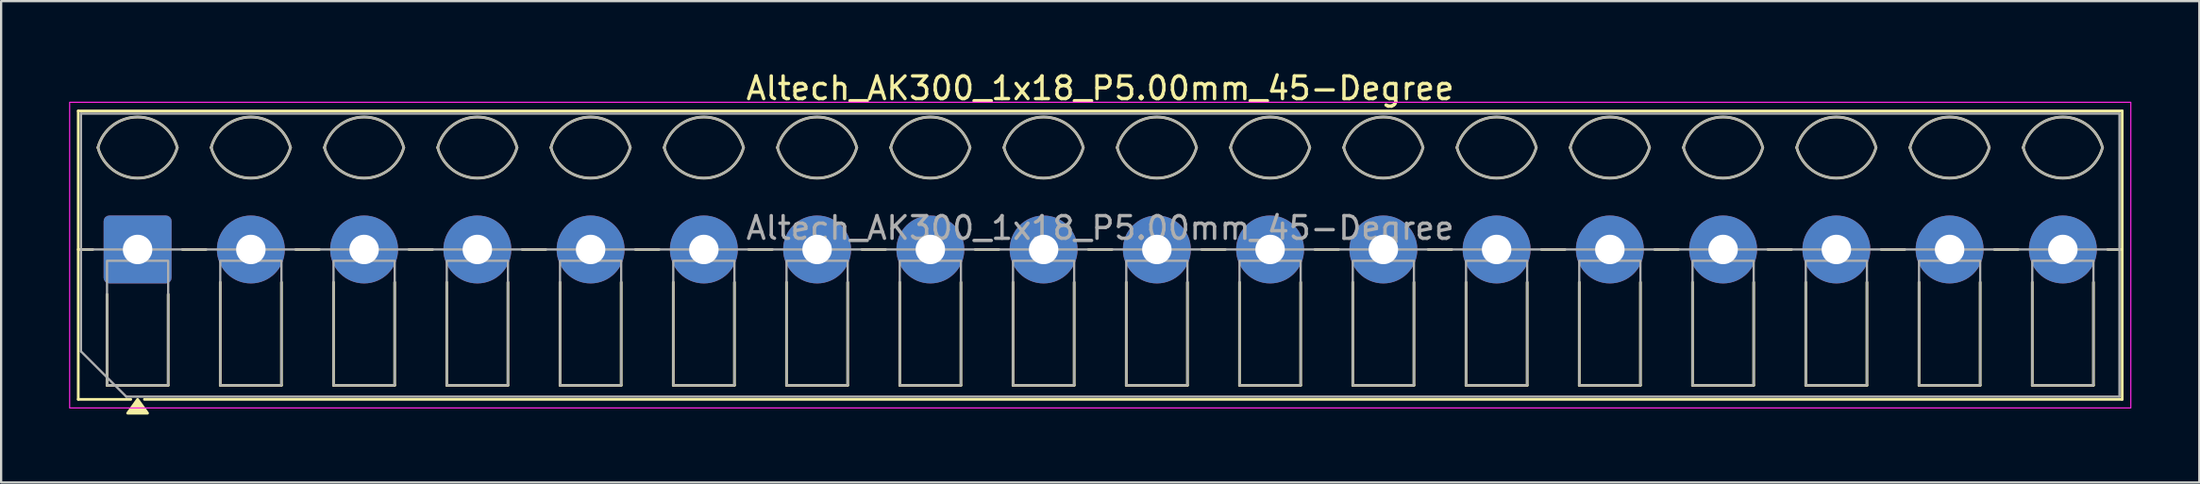
<source format=kicad_pcb>
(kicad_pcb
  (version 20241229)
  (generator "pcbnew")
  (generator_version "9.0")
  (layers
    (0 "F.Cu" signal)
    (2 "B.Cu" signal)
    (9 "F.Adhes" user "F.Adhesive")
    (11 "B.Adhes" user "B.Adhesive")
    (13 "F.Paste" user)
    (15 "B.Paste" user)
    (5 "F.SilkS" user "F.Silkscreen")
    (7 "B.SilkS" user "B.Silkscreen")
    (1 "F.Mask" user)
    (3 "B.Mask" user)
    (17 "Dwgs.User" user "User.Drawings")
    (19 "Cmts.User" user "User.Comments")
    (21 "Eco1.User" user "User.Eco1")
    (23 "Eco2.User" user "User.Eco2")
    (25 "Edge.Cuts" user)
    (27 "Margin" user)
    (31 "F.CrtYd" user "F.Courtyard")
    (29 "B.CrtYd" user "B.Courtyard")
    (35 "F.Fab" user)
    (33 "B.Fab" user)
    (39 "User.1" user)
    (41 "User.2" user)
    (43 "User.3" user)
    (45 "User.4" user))
  (footprint "Altech_AK300_1x18_P5.00mm_45-Degree"
    (layer "F.Cu")
    (at 3.025 7.968)
    (property "Reference" "Altech_AK300_1x18_P5.00mm_45-Degree" (at 42.5 -7.12 0) (layer "F.SilkS") (effects (font (size 1 1) (thickness 0.15))))
    (attr through_hole)
    (fp_line (start -2.62 -6.12) (end 87.62 -6.12) (stroke (width 0.12) (type solid)) (layer "F.SilkS"))
    (fp_line (start -2.62 0) (end -1.98 0) (stroke (width 0.12) (type solid)) (layer "F.SilkS"))
    (fp_line (start -2.62 6.62) (end -2.62 -6.12) (stroke (width 0.12) (type solid)) (layer "F.SilkS"))
    (fp_line (start -1.35 6) (end -1.35 1.98) (stroke (width 0.12) (type solid)) (layer "F.SilkS"))
    (fp_line (start -0.3 6.62) (end -2.62 6.62) (stroke (width 0.12) (type solid)) (layer "F.SilkS"))
    (fp_line (start 1.35 1.98) (end 1.35 6) (stroke (width 0.12) (type solid)) (layer "F.SilkS"))
    (fp_line (start 1.35 6) (end -1.35 6) (stroke (width 0.12) (type solid)) (layer "F.SilkS"))
    (fp_line (start 1.98 0) (end 3.02 0) (stroke (width 0.12) (type solid)) (layer "F.SilkS"))
    (fp_line (start 3.65 6) (end 3.65 1.448) (stroke (width 0.12) (type solid)) (layer "F.SilkS"))
    (fp_line (start 6.35 1.448) (end 6.35 6) (stroke (width 0.12) (type solid)) (layer "F.SilkS"))
    (fp_line (start 6.35 6) (end 3.65 6) (stroke (width 0.12) (type solid)) (layer "F.SilkS"))
    (fp_line (start 6.98 0) (end 8.02 0) (stroke (width 0.12) (type solid)) (layer "F.SilkS"))
    (fp_line (start 8.65 6) (end 8.65 1.448) (stroke (width 0.12) (type solid)) (layer "F.SilkS"))
    (fp_line (start 11.35 1.448) (end 11.35 6) (stroke (width 0.12) (type solid)) (layer "F.SilkS"))
    (fp_line (start 11.35 6) (end 8.65 6) (stroke (width 0.12) (type solid)) (layer "F.SilkS"))
    (fp_line (start 11.98 0) (end 13.02 0) (stroke (width 0.12) (type solid)) (layer "F.SilkS"))
    (fp_line (start 13.65 6) (end 13.65 1.448) (stroke (width 0.12) (type solid)) (layer "F.SilkS"))
    (fp_line (start 16.35 1.448) (end 16.35 6) (stroke (width 0.12) (type solid)) (layer "F.SilkS"))
    (fp_line (start 16.35 6) (end 13.65 6) (stroke (width 0.12) (type solid)) (layer "F.SilkS"))
    (fp_line (start 16.98 0) (end 18.02 0) (stroke (width 0.12) (type solid)) (layer "F.SilkS"))
    (fp_line (start 18.65 6) (end 18.65 1.448) (stroke (width 0.12) (type solid)) (layer "F.SilkS"))
    (fp_line (start 21.35 1.448) (end 21.35 6) (stroke (width 0.12) (type solid)) (layer "F.SilkS"))
    (fp_line (start 21.35 6) (end 18.65 6) (stroke (width 0.12) (type solid)) (layer "F.SilkS"))
    (fp_line (start 21.98 0) (end 23.02 0) (stroke (width 0.12) (type solid)) (layer "F.SilkS"))
    (fp_line (start 23.65 6) (end 23.65 1.448) (stroke (width 0.12) (type solid)) (layer "F.SilkS"))
    (fp_line (start 26.35 1.448) (end 26.35 6) (stroke (width 0.12) (type solid)) (layer "F.SilkS"))
    (fp_line (start 26.35 6) (end 23.65 6) (stroke (width 0.12) (type solid)) (layer "F.SilkS"))
    (fp_line (start 26.98 0) (end 28.02 0) (stroke (width 0.12) (type solid)) (layer "F.SilkS"))
    (fp_line (start 28.65 6) (end 28.65 1.448) (stroke (width 0.12) (type solid)) (layer "F.SilkS"))
    (fp_line (start 31.35 1.448) (end 31.35 6) (stroke (width 0.12) (type solid)) (layer "F.SilkS"))
    (fp_line (start 31.35 6) (end 28.65 6) (stroke (width 0.12) (type solid)) (layer "F.SilkS"))
    (fp_line (start 31.98 0) (end 33.02 0) (stroke (width 0.12) (type solid)) (layer "F.SilkS"))
    (fp_line (start 33.65 6) (end 33.65 1.448) (stroke (width 0.12) (type solid)) (layer "F.SilkS"))
    (fp_line (start 36.35 1.448) (end 36.35 6) (stroke (width 0.12) (type solid)) (layer "F.SilkS"))
    (fp_line (start 36.35 6) (end 33.65 6) (stroke (width 0.12) (type solid)) (layer "F.SilkS"))
    (fp_line (start 36.98 0) (end 38.02 0) (stroke (width 0.12) (type solid)) (layer "F.SilkS"))
    (fp_line (start 38.65 6) (end 38.65 1.448) (stroke (width 0.12) (type solid)) (layer "F.SilkS"))
    (fp_line (start 41.35 1.448) (end 41.35 6) (stroke (width 0.12) (type solid)) (layer "F.SilkS"))
    (fp_line (start 41.35 6) (end 38.65 6) (stroke (width 0.12) (type solid)) (layer "F.SilkS"))
    (fp_line (start 41.98 0) (end 43.02 0) (stroke (width 0.12) (type solid)) (layer "F.SilkS"))
    (fp_line (start 43.65 6) (end 43.65 1.448) (stroke (width 0.12) (type solid)) (layer "F.SilkS"))
    (fp_line (start 46.35 1.448) (end 46.35 6) (stroke (width 0.12) (type solid)) (layer "F.SilkS"))
    (fp_line (start 46.35 6) (end 43.65 6) (stroke (width 0.12) (type solid)) (layer "F.SilkS"))
    (fp_line (start 46.98 0) (end 48.02 0) (stroke (width 0.12) (type solid)) (layer "F.SilkS"))
    (fp_line (start 48.65 6) (end 48.65 1.448) (stroke (width 0.12) (type solid)) (layer "F.SilkS"))
    (fp_line (start 51.35 1.448) (end 51.35 6) (stroke (width 0.12) (type solid)) (layer "F.SilkS"))
    (fp_line (start 51.35 6) (end 48.65 6) (stroke (width 0.12) (type solid)) (layer "F.SilkS"))
    (fp_line (start 51.98 0) (end 53.02 0) (stroke (width 0.12) (type solid)) (layer "F.SilkS"))
    (fp_line (start 53.65 6) (end 53.65 1.448) (stroke (width 0.12) (type solid)) (layer "F.SilkS"))
    (fp_line (start 56.35 1.448) (end 56.35 6) (stroke (width 0.12) (type solid)) (layer "F.SilkS"))
    (fp_line (start 56.35 6) (end 53.65 6) (stroke (width 0.12) (type solid)) (layer "F.SilkS"))
    (fp_line (start 56.98 0) (end 58.02 0) (stroke (width 0.12) (type solid)) (layer "F.SilkS"))
    (fp_line (start 58.65 6) (end 58.65 1.448) (stroke (width 0.12) (type solid)) (layer "F.SilkS"))
    (fp_line (start 61.35 1.448) (end 61.35 6) (stroke (width 0.12) (type solid)) (layer "F.SilkS"))
    (fp_line (start 61.35 6) (end 58.65 6) (stroke (width 0.12) (type solid)) (layer "F.SilkS"))
    (fp_line (start 61.98 0) (end 63.02 0) (stroke (width 0.12) (type solid)) (layer "F.SilkS"))
    (fp_line (start 63.65 6) (end 63.65 1.448) (stroke (width 0.12) (type solid)) (layer "F.SilkS"))
    (fp_line (start 66.35 1.448) (end 66.35 6) (stroke (width 0.12) (type solid)) (layer "F.SilkS"))
    (fp_line (start 66.35 6) (end 63.65 6) (stroke (width 0.12) (type solid)) (layer "F.SilkS"))
    (fp_line (start 66.98 0) (end 68.02 0) (stroke (width 0.12) (type solid)) (layer "F.SilkS"))
    (fp_line (start 68.65 6) (end 68.65 1.448) (stroke (width 0.12) (type solid)) (layer "F.SilkS"))
    (fp_line (start 71.35 1.448) (end 71.35 6) (stroke (width 0.12) (type solid)) (layer "F.SilkS"))
    (fp_line (start 71.35 6) (end 68.65 6) (stroke (width 0.12) (type solid)) (layer "F.SilkS"))
    (fp_line (start 71.98 0) (end 73.02 0) (stroke (width 0.12) (type solid)) (layer "F.SilkS"))
    (fp_line (start 73.65 6) (end 73.65 1.448) (stroke (width 0.12) (type solid)) (layer "F.SilkS"))
    (fp_line (start 76.35 1.448) (end 76.35 6) (stroke (width 0.12) (type solid)) (layer "F.SilkS"))
    (fp_line (start 76.35 6) (end 73.65 6) (stroke (width 0.12) (type solid)) (layer "F.SilkS"))
    (fp_line (start 76.98 0) (end 78.02 0) (stroke (width 0.12) (type solid)) (layer "F.SilkS"))
    (fp_line (start 78.65 6) (end 78.65 1.448) (stroke (width 0.12) (type solid)) (layer "F.SilkS"))
    (fp_line (start 81.35 1.448) (end 81.35 6) (stroke (width 0.12) (type solid)) (layer "F.SilkS"))
    (fp_line (start 81.35 6) (end 78.65 6) (stroke (width 0.12) (type solid)) (layer "F.SilkS"))
    (fp_line (start 81.98 0) (end 83.02 0) (stroke (width 0.12) (type solid)) (layer "F.SilkS"))
    (fp_line (start 83.65 6) (end 83.65 1.448) (stroke (width 0.12) (type solid)) (layer "F.SilkS"))
    (fp_line (start 86.35 1.448) (end 86.35 6) (stroke (width 0.12) (type solid)) (layer "F.SilkS"))
    (fp_line (start 86.35 6) (end 83.65 6) (stroke (width 0.12) (type solid)) (layer "F.SilkS"))
    (fp_line (start 86.98 0) (end 87.62 0) (stroke (width 0.12) (type solid)) (layer "F.SilkS"))
    (fp_line (start 87.62 -6.12) (end 87.62 6.62) (stroke (width 0.12) (type solid)) (layer "F.SilkS"))
    (fp_line (start 87.62 6.62) (end 0.3 6.62) (stroke (width 0.12) (type solid)) (layer "F.SilkS"))
    (fp_arc (start -1.75 -4.5) (mid 0 -5.85) (end 1.75 -4.5) (stroke (width 0.12) (type solid)) (layer "F.SilkS"))
    (fp_arc (start 1.75 -4.5) (mid 0 -3.15) (end -1.75 -4.5) (stroke (width 0.12) (type solid)) (layer "F.SilkS"))
    (fp_arc (start 3.25 -4.5) (mid 5 -5.85) (end 6.75 -4.5) (stroke (width 0.12) (type solid)) (layer "F.SilkS"))
    (fp_arc (start 6.75 -4.5) (mid 5 -3.15) (end 3.25 -4.5) (stroke (width 0.12) (type solid)) (layer "F.SilkS"))
    (fp_arc (start 8.25 -4.5) (mid 10 -5.85) (end 11.75 -4.5) (stroke (width 0.12) (type solid)) (layer "F.SilkS"))
    (fp_arc (start 11.75 -4.5) (mid 10 -3.15) (end 8.25 -4.5) (stroke (width 0.12) (type solid)) (layer "F.SilkS"))
    (fp_arc (start 13.25 -4.5) (mid 15 -5.85) (end 16.75 -4.5) (stroke (width 0.12) (type solid)) (layer "F.SilkS"))
    (fp_arc (start 16.75 -4.5) (mid 15 -3.15) (end 13.25 -4.5) (stroke (width 0.12) (type solid)) (layer "F.SilkS"))
    (fp_arc (start 18.25 -4.5) (mid 20 -5.85) (end 21.75 -4.5) (stroke (width 0.12) (type solid)) (layer "F.SilkS"))
    (fp_arc (start 21.75 -4.5) (mid 20 -3.15) (end 18.25 -4.5) (stroke (width 0.12) (type solid)) (layer "F.SilkS"))
    (fp_arc (start 23.25 -4.5) (mid 25 -5.85) (end 26.75 -4.5) (stroke (width 0.12) (type solid)) (layer "F.SilkS"))
    (fp_arc (start 26.75 -4.5) (mid 25 -3.15) (end 23.25 -4.5) (stroke (width 0.12) (type solid)) (layer "F.SilkS"))
    (fp_arc (start 28.25 -4.5) (mid 30 -5.85) (end 31.75 -4.5) (stroke (width 0.12) (type solid)) (layer "F.SilkS"))
    (fp_arc (start 31.75 -4.5) (mid 30 -3.15) (end 28.25 -4.5) (stroke (width 0.12) (type solid)) (layer "F.SilkS"))
    (fp_arc (start 33.25 -4.5) (mid 35 -5.85) (end 36.75 -4.5) (stroke (width 0.12) (type solid)) (layer "F.SilkS"))
    (fp_arc (start 36.75 -4.5) (mid 35 -3.15) (end 33.25 -4.5) (stroke (width 0.12) (type solid)) (layer "F.SilkS"))
    (fp_arc (start 38.25 -4.5) (mid 40 -5.85) (end 41.75 -4.5) (stroke (width 0.12) (type solid)) (layer "F.SilkS"))
    (fp_arc (start 41.75 -4.5) (mid 40 -3.15) (end 38.25 -4.5) (stroke (width 0.12) (type solid)) (layer "F.SilkS"))
    (fp_arc (start 43.25 -4.5) (mid 45 -5.85) (end 46.75 -4.5) (stroke (width 0.12) (type solid)) (layer "F.SilkS"))
    (fp_arc (start 46.75 -4.5) (mid 45 -3.15) (end 43.25 -4.5) (stroke (width 0.12) (type solid)) (layer "F.SilkS"))
    (fp_arc (start 48.25 -4.5) (mid 50 -5.85) (end 51.75 -4.5) (stroke (width 0.12) (type solid)) (layer "F.SilkS"))
    (fp_arc (start 51.75 -4.5) (mid 50 -3.15) (end 48.25 -4.5) (stroke (width 0.12) (type solid)) (layer "F.SilkS"))
    (fp_arc (start 53.25 -4.5) (mid 55 -5.85) (end 56.75 -4.5) (stroke (width 0.12) (type solid)) (layer "F.SilkS"))
    (fp_arc (start 56.75 -4.5) (mid 55 -3.15) (end 53.25 -4.5) (stroke (width 0.12) (type solid)) (layer "F.SilkS"))
    (fp_arc (start 58.25 -4.5) (mid 60 -5.85) (end 61.75 -4.5) (stroke (width 0.12) (type solid)) (layer "F.SilkS"))
    (fp_arc (start 61.75 -4.5) (mid 60 -3.15) (end 58.25 -4.5) (stroke (width 0.12) (type solid)) (layer "F.SilkS"))
    (fp_arc (start 63.25 -4.5) (mid 65 -5.85) (end 66.75 -4.5) (stroke (width 0.12) (type solid)) (layer "F.SilkS"))
    (fp_arc (start 66.75 -4.5) (mid 65 -3.15) (end 63.25 -4.5) (stroke (width 0.12) (type solid)) (layer "F.SilkS"))
    (fp_arc (start 68.25 -4.5) (mid 70 -5.85) (end 71.75 -4.5) (stroke (width 0.12) (type solid)) (layer "F.SilkS"))
    (fp_arc (start 71.75 -4.5) (mid 70 -3.15) (end 68.25 -4.5) (stroke (width 0.12) (type solid)) (layer "F.SilkS"))
    (fp_arc (start 73.25 -4.5) (mid 75 -5.85) (end 76.75 -4.5) (stroke (width 0.12) (type solid)) (layer "F.SilkS"))
    (fp_arc (start 76.75 -4.5) (mid 75 -3.15) (end 73.25 -4.5) (stroke (width 0.12) (type solid)) (layer "F.SilkS"))
    (fp_arc (start 78.25 -4.5) (mid 80 -5.85) (end 81.75 -4.5) (stroke (width 0.12) (type solid)) (layer "F.SilkS"))
    (fp_arc (start 81.75 -4.5) (mid 80 -3.15) (end 78.25 -4.5) (stroke (width 0.12) (type solid)) (layer "F.SilkS"))
    (fp_arc (start 83.25 -4.5) (mid 85 -5.85) (end 86.75 -4.5) (stroke (width 0.12) (type solid)) (layer "F.SilkS"))
    (fp_arc (start 86.75 -4.5) (mid 85 -3.15) (end 83.25 -4.5) (stroke (width 0.12) (type solid)) (layer "F.SilkS"))
    (fp_poly (pts (xy 0 6.62) (xy 0.44 7.23) (xy -0.44 7.23)) (stroke (width 0.12) (type solid)) (fill yes) (layer "F.SilkS"))
    (fp_rect (start -3 -6.5) (end 88 7) (stroke (width 0.05) (type solid)) (fill no) (layer "F.CrtYd"))
    (fp_line (start -2.5 -6) (end 87.5 -6) (stroke (width 0.1) (type solid)) (layer "F.Fab"))
    (fp_line (start -2.5 0) (end 87.5 0) (stroke (width 0.1) (type solid)) (layer "F.Fab"))
    (fp_line (start -2.5 4.5) (end -2.5 -6) (stroke (width 0.1) (type solid)) (layer "F.Fab"))
    (fp_line (start -0.5 6.5) (end -2.5 4.5) (stroke (width 0.1) (type solid)) (layer "F.Fab"))
    (fp_line (start 87.5 -6) (end 87.5 6.5) (stroke (width 0.1) (type solid)) (layer "F.Fab"))
    (fp_line (start 87.5 6.5) (end -0.5 6.5) (stroke (width 0.1) (type solid)) (layer "F.Fab"))
    (fp_rect (start -1.35 0.5) (end 1.35 6) (stroke (width 0.1) (type solid)) (fill no) (layer "F.Fab"))
    (fp_rect (start 3.65 0.5) (end 6.35 6) (stroke (width 0.1) (type solid)) (fill no) (layer "F.Fab"))
    (fp_rect (start 8.65 0.5) (end 11.351 6) (stroke (width 0.1) (type solid)) (fill no) (layer "F.Fab"))
    (fp_rect (start 13.65 0.5) (end 16.351 6) (stroke (width 0.1) (type solid)) (fill no) (layer "F.Fab"))
    (fp_rect (start 18.65 0.5) (end 21.35 6) (stroke (width 0.1) (type solid)) (fill no) (layer "F.Fab"))
    (fp_rect (start 23.65 0.5) (end 26.35 6) (stroke (width 0.1) (type solid)) (fill no) (layer "F.Fab"))
    (fp_rect (start 28.65 0.5) (end 31.35 6) (stroke (width 0.1) (type solid)) (fill no) (layer "F.Fab"))
    (fp_rect (start 33.65 0.5) (end 36.35 6) (stroke (width 0.1) (type solid)) (fill no) (layer "F.Fab"))
    (fp_rect (start 38.65 0.5) (end 41.35 6) (stroke (width 0.1) (type solid)) (fill no) (layer "F.Fab"))
    (fp_rect (start 43.65 0.5) (end 46.35 6) (stroke (width 0.1) (type solid)) (fill no) (layer "F.Fab"))
    (fp_rect (start 48.65 0.5) (end 51.35 6) (stroke (width 0.1) (type solid)) (fill no) (layer "F.Fab"))
    (fp_rect (start 53.65 0.5) (end 56.35 6) (stroke (width 0.1) (type solid)) (fill no) (layer "F.Fab"))
    (fp_rect (start 58.65 0.5) (end 61.35 6) (stroke (width 0.1) (type solid)) (fill no) (layer "F.Fab"))
    (fp_rect (start 63.65 0.5) (end 66.35 6) (stroke (width 0.1) (type solid)) (fill no) (layer "F.Fab"))
    (fp_rect (start 68.65 0.5) (end 71.35 6) (stroke (width 0.1) (type solid)) (fill no) (layer "F.Fab"))
    (fp_rect (start 73.65 0.5) (end 76.35 6) (stroke (width 0.1) (type solid)) (fill no) (layer "F.Fab"))
    (fp_rect (start 78.65 0.5) (end 81.35 6) (stroke (width 0.1) (type solid)) (fill no) (layer "F.Fab"))
    (fp_rect (start 83.65 0.5) (end 86.35 6) (stroke (width 0.1) (type solid)) (fill no) (layer "F.Fab"))
    (fp_arc (start -1.75 -4.5) (mid 0 -5.85) (end 1.75 -4.5) (stroke (width 0.1) (type solid)) (layer "F.Fab"))
    (fp_arc (start 1.75 -4.5) (mid 0 -3.15) (end -1.75 -4.5) (stroke (width 0.1) (type solid)) (layer "F.Fab"))
    (fp_arc (start 3.25 -4.5) (mid 5 -5.85) (end 6.75 -4.5) (stroke (width 0.1) (type solid)) (layer "F.Fab"))
    (fp_arc (start 6.75 -4.5) (mid 5 -3.15) (end 3.25 -4.5) (stroke (width 0.1) (type solid)) (layer "F.Fab"))
    (fp_arc (start 8.25 -4.5) (mid 10 -5.85) (end 11.75 -4.5) (stroke (width 0.1) (type solid)) (layer "F.Fab"))
    (fp_arc (start 11.75 -4.5) (mid 10 -3.15) (end 8.25 -4.5) (stroke (width 0.1) (type solid)) (layer "F.Fab"))
    (fp_arc (start 13.25 -4.5) (mid 15 -5.85) (end 16.75 -4.5) (stroke (width 0.1) (type solid)) (layer "F.Fab"))
    (fp_arc (start 16.75 -4.5) (mid 15 -3.15) (end 13.25 -4.5) (stroke (width 0.1) (type solid)) (layer "F.Fab"))
    (fp_arc (start 18.25 -4.5) (mid 20 -5.85) (end 21.75 -4.5) (stroke (width 0.1) (type solid)) (layer "F.Fab"))
    (fp_arc (start 21.75 -4.5) (mid 20 -3.15) (end 18.25 -4.5) (stroke (width 0.1) (type solid)) (layer "F.Fab"))
    (fp_arc (start 23.25 -4.5) (mid 25 -5.85) (end 26.75 -4.5) (stroke (width 0.1) (type solid)) (layer "F.Fab"))
    (fp_arc (start 26.75 -4.5) (mid 25 -3.15) (end 23.25 -4.5) (stroke (width 0.1) (type solid)) (layer "F.Fab"))
    (fp_arc (start 28.25 -4.5) (mid 30 -5.85) (end 31.75 -4.5) (stroke (width 0.1) (type solid)) (layer "F.Fab"))
    (fp_arc (start 31.75 -4.5) (mid 30 -3.15) (end 28.25 -4.5) (stroke (width 0.1) (type solid)) (layer "F.Fab"))
    (fp_arc (start 33.25 -4.5) (mid 35 -5.85) (end 36.75 -4.5) (stroke (width 0.1) (type solid)) (layer "F.Fab"))
    (fp_arc (start 36.75 -4.5) (mid 35 -3.15) (end 33.25 -4.5) (stroke (width 0.1) (type solid)) (layer "F.Fab"))
    (fp_arc (start 38.25 -4.5) (mid 40 -5.85) (end 41.75 -4.5) (stroke (width 0.1) (type solid)) (layer "F.Fab"))
    (fp_arc (start 41.75 -4.5) (mid 40 -3.15) (end 38.25 -4.5) (stroke (width 0.1) (type solid)) (layer "F.Fab"))
    (fp_arc (start 43.25 -4.5) (mid 45 -5.85) (end 46.75 -4.5) (stroke (width 0.1) (type solid)) (layer "F.Fab"))
    (fp_arc (start 46.75 -4.5) (mid 45 -3.15) (end 43.25 -4.5) (stroke (width 0.1) (type solid)) (layer "F.Fab"))
    (fp_arc (start 48.25 -4.5) (mid 50 -5.85) (end 51.75 -4.5) (stroke (width 0.1) (type solid)) (layer "F.Fab"))
    (fp_arc (start 51.75 -4.5) (mid 50 -3.15) (end 48.25 -4.5) (stroke (width 0.1) (type solid)) (layer "F.Fab"))
    (fp_arc (start 53.25 -4.5) (mid 55 -5.85) (end 56.75 -4.5) (stroke (width 0.1) (type solid)) (layer "F.Fab"))
    (fp_arc (start 56.75 -4.5) (mid 55 -3.15) (end 53.25 -4.5) (stroke (width 0.1) (type solid)) (layer "F.Fab"))
    (fp_arc (start 58.25 -4.5) (mid 60 -5.85) (end 61.75 -4.5) (stroke (width 0.1) (type solid)) (layer "F.Fab"))
    (fp_arc (start 61.75 -4.5) (mid 60 -3.15) (end 58.25 -4.5) (stroke (width 0.1) (type solid)) (layer "F.Fab"))
    (fp_arc (start 63.25 -4.5) (mid 65 -5.85) (end 66.75 -4.5) (stroke (width 0.1) (type solid)) (layer "F.Fab"))
    (fp_arc (start 66.75 -4.5) (mid 65 -3.15) (end 63.25 -4.5) (stroke (width 0.1) (type solid)) (layer "F.Fab"))
    (fp_arc (start 68.25 -4.5) (mid 70 -5.85) (end 71.75 -4.5) (stroke (width 0.1) (type solid)) (layer "F.Fab"))
    (fp_arc (start 71.75 -4.5) (mid 70 -3.15) (end 68.25 -4.5) (stroke (width 0.1) (type solid)) (layer "F.Fab"))
    (fp_arc (start 73.25 -4.5) (mid 75 -5.85) (end 76.75 -4.5) (stroke (width 0.1) (type solid)) (layer "F.Fab"))
    (fp_arc (start 76.75 -4.5) (mid 75 -3.15) (end 73.25 -4.5) (stroke (width 0.1) (type solid)) (layer "F.Fab"))
    (fp_arc (start 78.25 -4.5) (mid 80 -5.85) (end 81.75 -4.5) (stroke (width 0.1) (type solid)) (layer "F.Fab"))
    (fp_arc (start 81.75 -4.5) (mid 80 -3.15) (end 78.25 -4.5) (stroke (width 0.1) (type solid)) (layer "F.Fab"))
    (fp_arc (start 83.25 -4.5) (mid 85 -5.85) (end 86.75 -4.5) (stroke (width 0.1) (type solid)) (layer "F.Fab"))
    (fp_arc (start 86.75 -4.5) (mid 85 -3.15) (end 83.25 -4.5) (stroke (width 0.1) (type solid)) (layer "F.Fab"))
    (fp_text user "${REFERENCE}" (at 42.5 -0.95 0) (layer "F.Fab") (effects (font (size 1 1) (thickness 0.15))))
    (pad "1" thru_hole roundrect (at 0 0) (size 3 3) (drill 1.3) (layers "*.Cu" "*.Mask") (roundrect_rratio 0.083))
    (pad "2" thru_hole circle (at 5 0) (size 3 3) (drill 1.3) (layers "*.Cu" "*.Mask"))
    (pad "3" thru_hole circle (at 10 0) (size 3 3) (drill 1.3) (layers "*.Cu" "*.Mask"))
    (pad "4" thru_hole circle (at 15 0) (size 3 3) (drill 1.3) (layers "*.Cu" "*.Mask"))
    (pad "5" thru_hole circle (at 20 0) (size 3 3) (drill 1.3) (layers "*.Cu" "*.Mask"))
    (pad "6" thru_hole circle (at 25 0) (size 3 3) (drill 1.3) (layers "*.Cu" "*.Mask"))
    (pad "7" thru_hole circle (at 30 0) (size 3 3) (drill 1.3) (layers "*.Cu" "*.Mask"))
    (pad "8" thru_hole circle (at 35 0) (size 3 3) (drill 1.3) (layers "*.Cu" "*.Mask"))
    (pad "9" thru_hole circle (at 40 0) (size 3 3) (drill 1.3) (layers "*.Cu" "*.Mask"))
    (pad "10" thru_hole circle (at 45 0) (size 3 3) (drill 1.3) (layers "*.Cu" "*.Mask"))
    (pad "11" thru_hole circle (at 50 0) (size 3 3) (drill 1.3) (layers "*.Cu" "*.Mask"))
    (pad "12" thru_hole circle (at 55 0) (size 3 3) (drill 1.3) (layers "*.Cu" "*.Mask"))
    (pad "13" thru_hole circle (at 60 0) (size 3 3) (drill 1.3) (layers "*.Cu" "*.Mask"))
    (pad "14" thru_hole circle (at 65 0) (size 3 3) (drill 1.3) (layers "*.Cu" "*.Mask"))
    (pad "15" thru_hole circle (at 70 0) (size 3 3) (drill 1.3) (layers "*.Cu" "*.Mask"))
    (pad "16" thru_hole circle (at 75 0) (size 3 3) (drill 1.3) (layers "*.Cu" "*.Mask"))
    (pad "17" thru_hole circle (at 80 0) (size 3 3) (drill 1.3) (layers "*.Cu" "*.Mask"))
    (pad "18" thru_hole circle (at 85 0) (size 3 3) (drill 1.3) (layers "*.Cu" "*.Mask")))
  (gr_rect
    (start -3 -3)
    (end 94.05 18.258)
    (stroke (width 0.1) (type default))
    (fill no)
    (layer "Edge.Cuts")))
</source>
